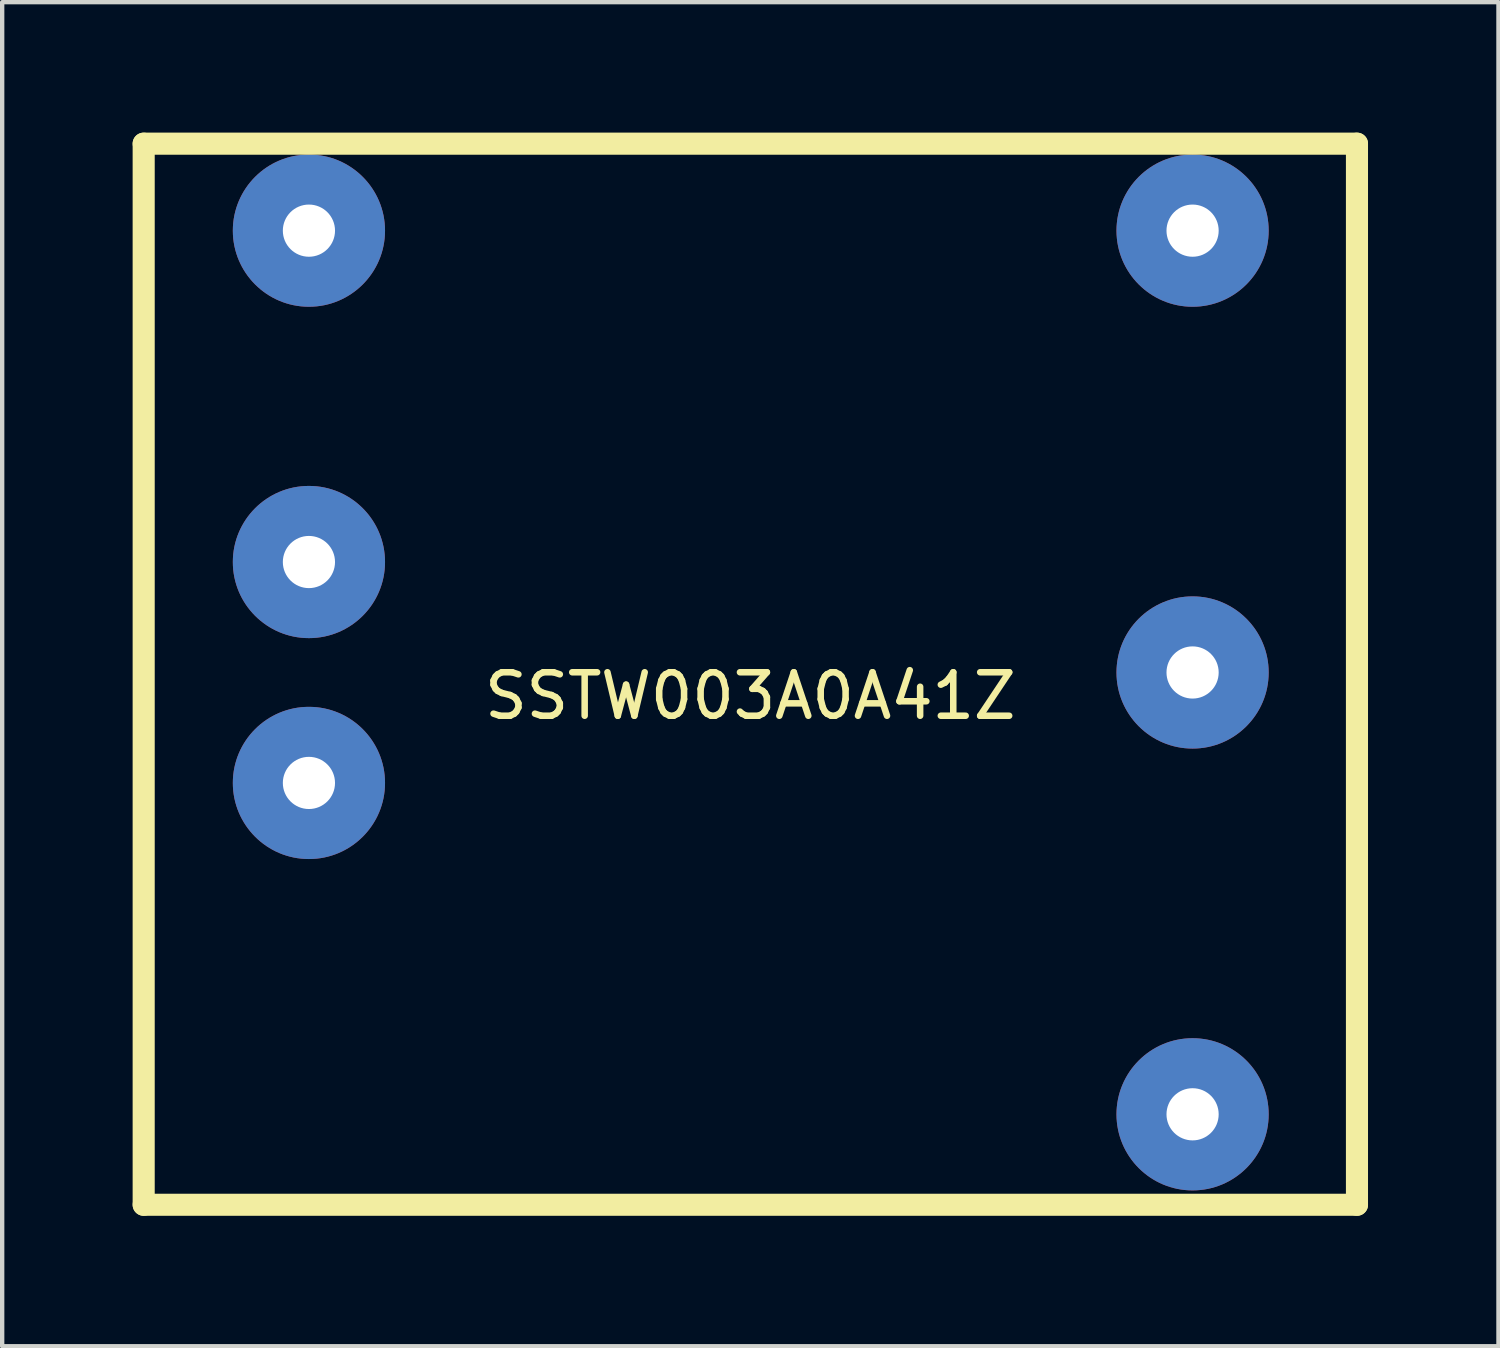
<source format=kicad_pcb>
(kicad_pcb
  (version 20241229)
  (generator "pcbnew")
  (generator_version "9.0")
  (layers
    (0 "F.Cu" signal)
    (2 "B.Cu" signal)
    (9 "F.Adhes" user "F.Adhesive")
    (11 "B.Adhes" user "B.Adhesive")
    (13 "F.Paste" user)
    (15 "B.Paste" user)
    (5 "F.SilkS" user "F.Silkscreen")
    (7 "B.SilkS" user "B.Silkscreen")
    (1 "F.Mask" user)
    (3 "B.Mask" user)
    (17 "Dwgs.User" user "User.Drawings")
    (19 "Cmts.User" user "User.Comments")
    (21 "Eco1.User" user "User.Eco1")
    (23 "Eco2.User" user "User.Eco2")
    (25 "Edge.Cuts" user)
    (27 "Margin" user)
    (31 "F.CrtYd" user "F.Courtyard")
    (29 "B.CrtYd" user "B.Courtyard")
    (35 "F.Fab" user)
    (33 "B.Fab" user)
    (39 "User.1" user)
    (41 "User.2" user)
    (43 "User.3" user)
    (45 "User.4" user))
  (footprint "SSTW003A0A41Z"
    (layer "F.Cu")
    (at 14.204 12.454)
    (property "Reference" "SSTW003A0A41Z" (at 0 0.5 0) (layer "F.SilkS") (effects (font (size 1 1) (thickness 0.15))))
    (attr through_hole)
    (fp_line (start -13.95 -12.2) (end -13.95 12.2) (stroke (width 0.508) (type solid)) (layer "F.SilkS"))
    (fp_line (start -13.95 -12.2) (end 13.95 -12.2) (stroke (width 0.508) (type solid)) (layer "F.SilkS"))
    (fp_line (start 13.95 -12.2) (end 13.95 12.2) (stroke (width 0.508) (type solid)) (layer "F.SilkS"))
    (fp_line (start 13.95 12.2) (end -13.95 12.2) (stroke (width 0.508) (type solid)) (layer "F.SilkS"))
    (pad "1" thru_hole circle (at -10.15 2.5) (size 3.5 3.5) (drill 1.2) (layers "*.Cu" "*.Mask"))
    (pad "2" thru_hole circle (at -10.15 -2.58) (size 3.5 3.5) (drill 1.2) (layers "*.Cu" "*.Mask"))
    (pad "3" thru_hole circle (at -10.15 -10.2) (size 3.5 3.5) (drill 1.2) (layers "*.Cu" "*.Mask"))
    (pad "4" thru_hole circle (at 10.17 -10.2) (size 3.5 3.5) (drill 1.2) (layers "*.Cu" "*.Mask"))
    (pad "5" thru_hole circle (at 10.17 -0.04) (size 3.5 3.5) (drill 1.2) (layers "*.Cu" "*.Mask"))
    (pad "6" thru_hole circle (at 10.17 10.12) (size 3.5 3.5) (drill 1.2) (layers "*.Cu" "*.Mask")))
  (gr_rect
    (start -3 -3)
    (end 31.408 27.908)
    (stroke (width 0.1) (type default))
    (fill no)
    (layer "Edge.Cuts")))
</source>
